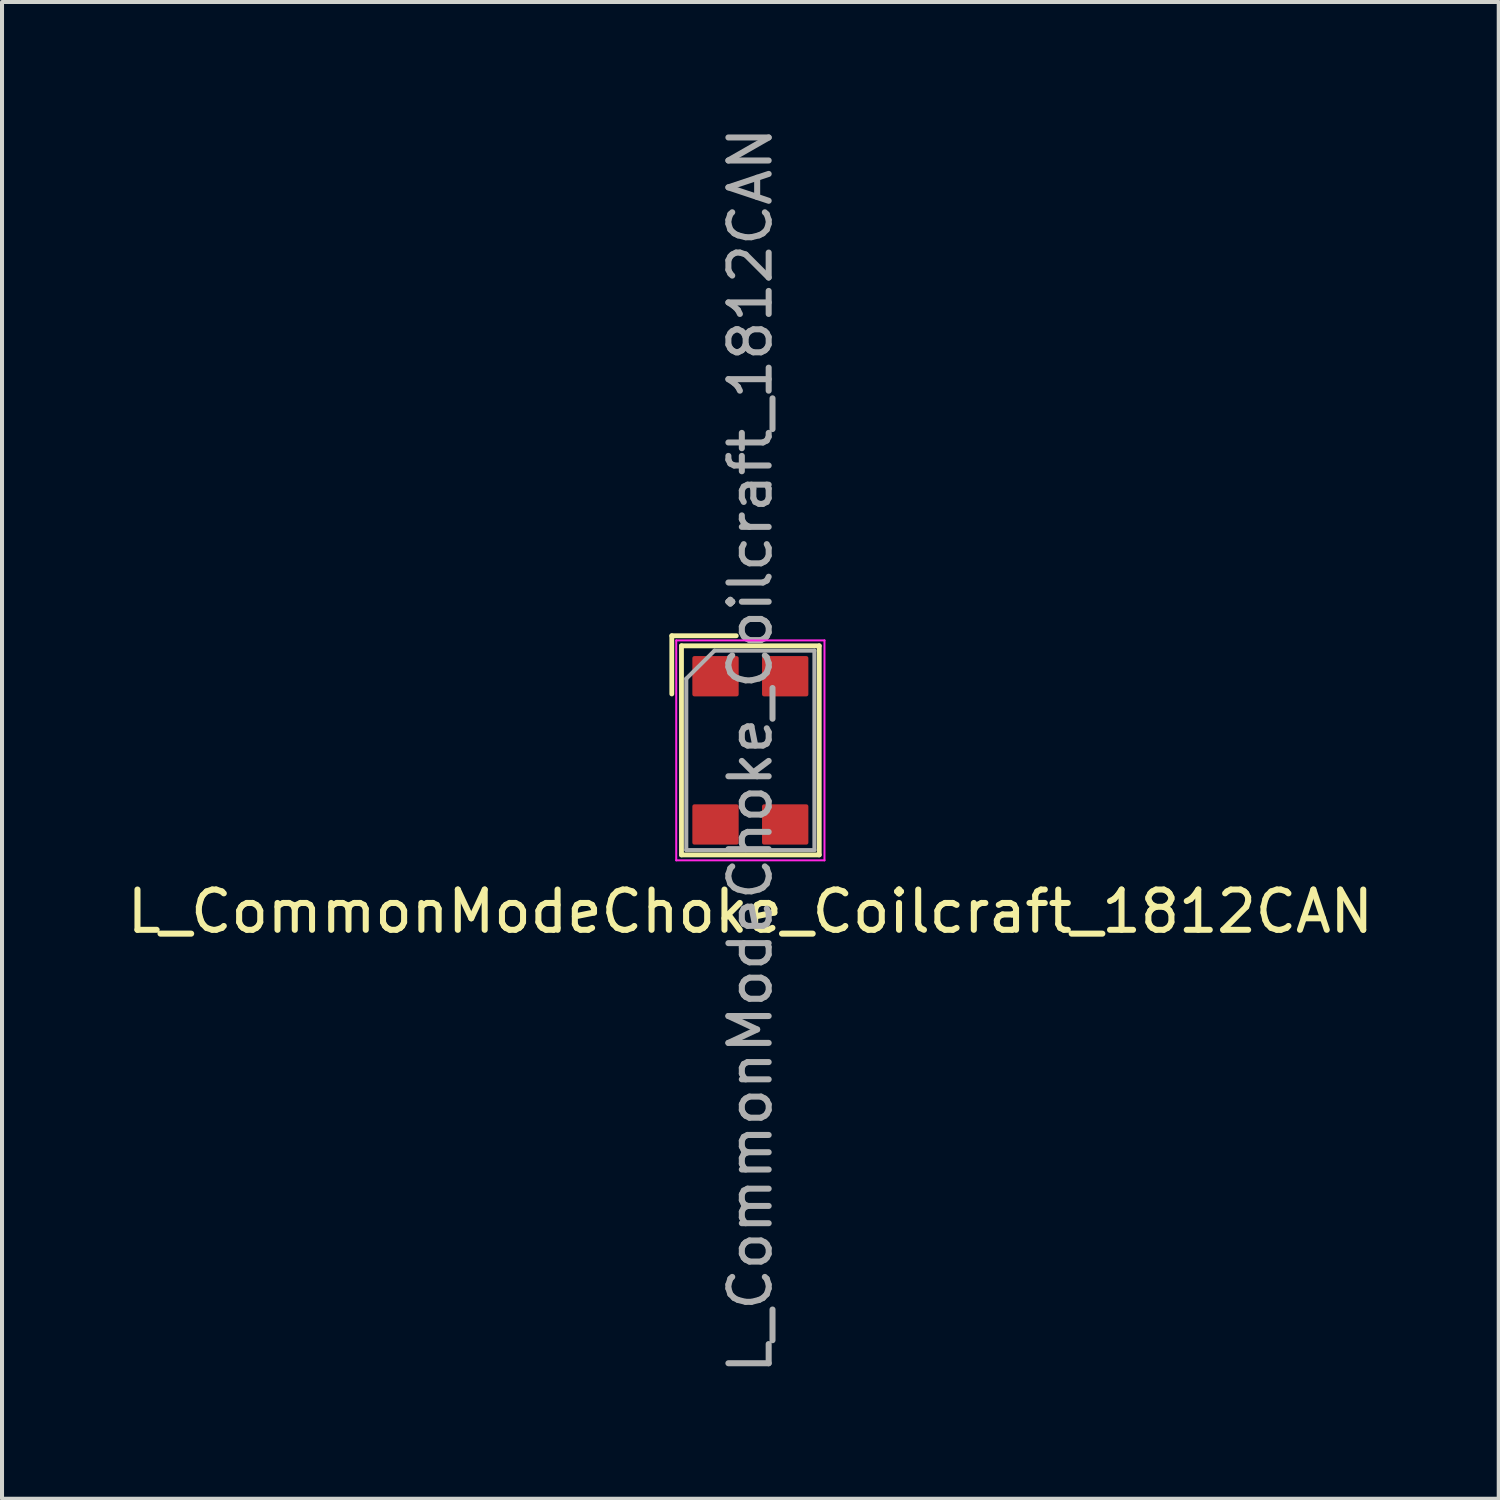
<source format=kicad_pcb>
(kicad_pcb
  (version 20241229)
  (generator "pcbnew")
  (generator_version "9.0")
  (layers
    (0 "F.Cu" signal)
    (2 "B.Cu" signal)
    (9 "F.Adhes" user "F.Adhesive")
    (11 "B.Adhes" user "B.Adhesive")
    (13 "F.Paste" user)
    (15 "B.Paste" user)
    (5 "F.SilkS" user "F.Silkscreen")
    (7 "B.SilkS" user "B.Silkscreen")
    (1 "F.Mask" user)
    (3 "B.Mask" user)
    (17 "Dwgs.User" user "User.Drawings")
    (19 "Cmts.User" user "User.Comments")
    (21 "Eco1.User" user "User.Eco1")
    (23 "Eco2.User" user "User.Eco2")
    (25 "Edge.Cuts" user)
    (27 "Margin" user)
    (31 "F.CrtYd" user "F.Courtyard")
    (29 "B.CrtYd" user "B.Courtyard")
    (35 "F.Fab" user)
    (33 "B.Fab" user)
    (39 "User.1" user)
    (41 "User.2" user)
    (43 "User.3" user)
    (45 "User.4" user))
  (footprint "L_CommonModeChoke_Coilcraft_1812CAN"
    (layer "F.Cu")
    (at 15.577 15.577)
    (property "Reference" "L_CommonModeChoke_Coilcraft_1812CAN" (at 0 4 0) (layer "F.SilkS") (effects (font (size 1 1) (thickness 0.15))))
    (attr smd)
    (fp_line (start -1.95 -2.845) (end -1.95 -1.4) (stroke (width 0.12) (type solid)) (layer "F.SilkS"))
    (fp_line (start -1.95 -2.845) (end -0.35 -2.845) (stroke (width 0.12) (type solid)) (layer "F.SilkS"))
    (fp_line (start -1.71 -2.595) (end -1.71 2.595) (stroke (width 0.12) (type solid)) (layer "F.SilkS"))
    (fp_line (start -1.71 -2.595) (end 1.71 -2.595) (stroke (width 0.12) (type solid)) (layer "F.SilkS"))
    (fp_line (start -1.71 2.595) (end 1.71 2.595) (stroke (width 0.12) (type solid)) (layer "F.SilkS"))
    (fp_line (start 1.71 -2.595) (end 1.71 2.595) (stroke (width 0.12) (type solid)) (layer "F.SilkS"))
    (fp_line (start -1.84 -2.73) (end 1.84 -2.73) (stroke (width 0.05) (type solid)) (layer "F.CrtYd"))
    (fp_line (start -1.84 2.73) (end -1.84 -2.73) (stroke (width 0.05) (type solid)) (layer "F.CrtYd"))
    (fp_line (start -1.84 2.73) (end 1.84 2.73) (stroke (width 0.05) (type solid)) (layer "F.CrtYd"))
    (fp_line (start 1.84 2.73) (end 1.84 -2.73) (stroke (width 0.05) (type solid)) (layer "F.CrtYd"))
    (fp_line (start -1.59 -1.78) (end -1.59 2.475) (stroke (width 0.1) (type solid)) (layer "F.Fab"))
    (fp_line (start -1.59 -1.78) (end -0.89 -2.475) (stroke (width 0.1) (type solid)) (layer "F.Fab"))
    (fp_line (start -1.59 2.475) (end 1.59 2.475) (stroke (width 0.1) (type solid)) (layer "F.Fab"))
    (fp_line (start -0.89 -2.475) (end 1.59 -2.475) (stroke (width 0.1) (type solid)) (layer "F.Fab"))
    (fp_line (start 1.59 -2.475) (end 1.59 2.475) (stroke (width 0.1) (type solid)) (layer "F.Fab"))
    (fp_text user "${REFERENCE}" (at 0 0 90) (layer "F.Fab") (effects (font (size 1 1) (thickness 0.15))))
    (pad "1" smd roundrect (at -0.865 -1.84) (size 1.15 1) (layers "F.Cu" "F.Mask" "F.Paste") (roundrect_rratio 0.05))
    (pad "2" smd roundrect (at -0.865 1.84) (size 1.15 1) (layers "F.Cu" "F.Mask" "F.Paste") (roundrect_rratio 0.05))
    (pad "3" smd roundrect (at 0.865 1.84) (size 1.15 1) (layers "F.Cu" "F.Mask" "F.Paste") (roundrect_rratio 0.05))
    (pad "4" smd roundrect (at 0.865 -1.84) (size 1.15 1) (layers "F.Cu" "F.Mask" "F.Paste") (roundrect_rratio 0.05)))
  (gr_rect
    (start -3 -3)
    (end 34.155 34.155)
    (stroke (width 0.1) (type default))
    (fill no)
    (layer "Edge.Cuts")))
</source>
